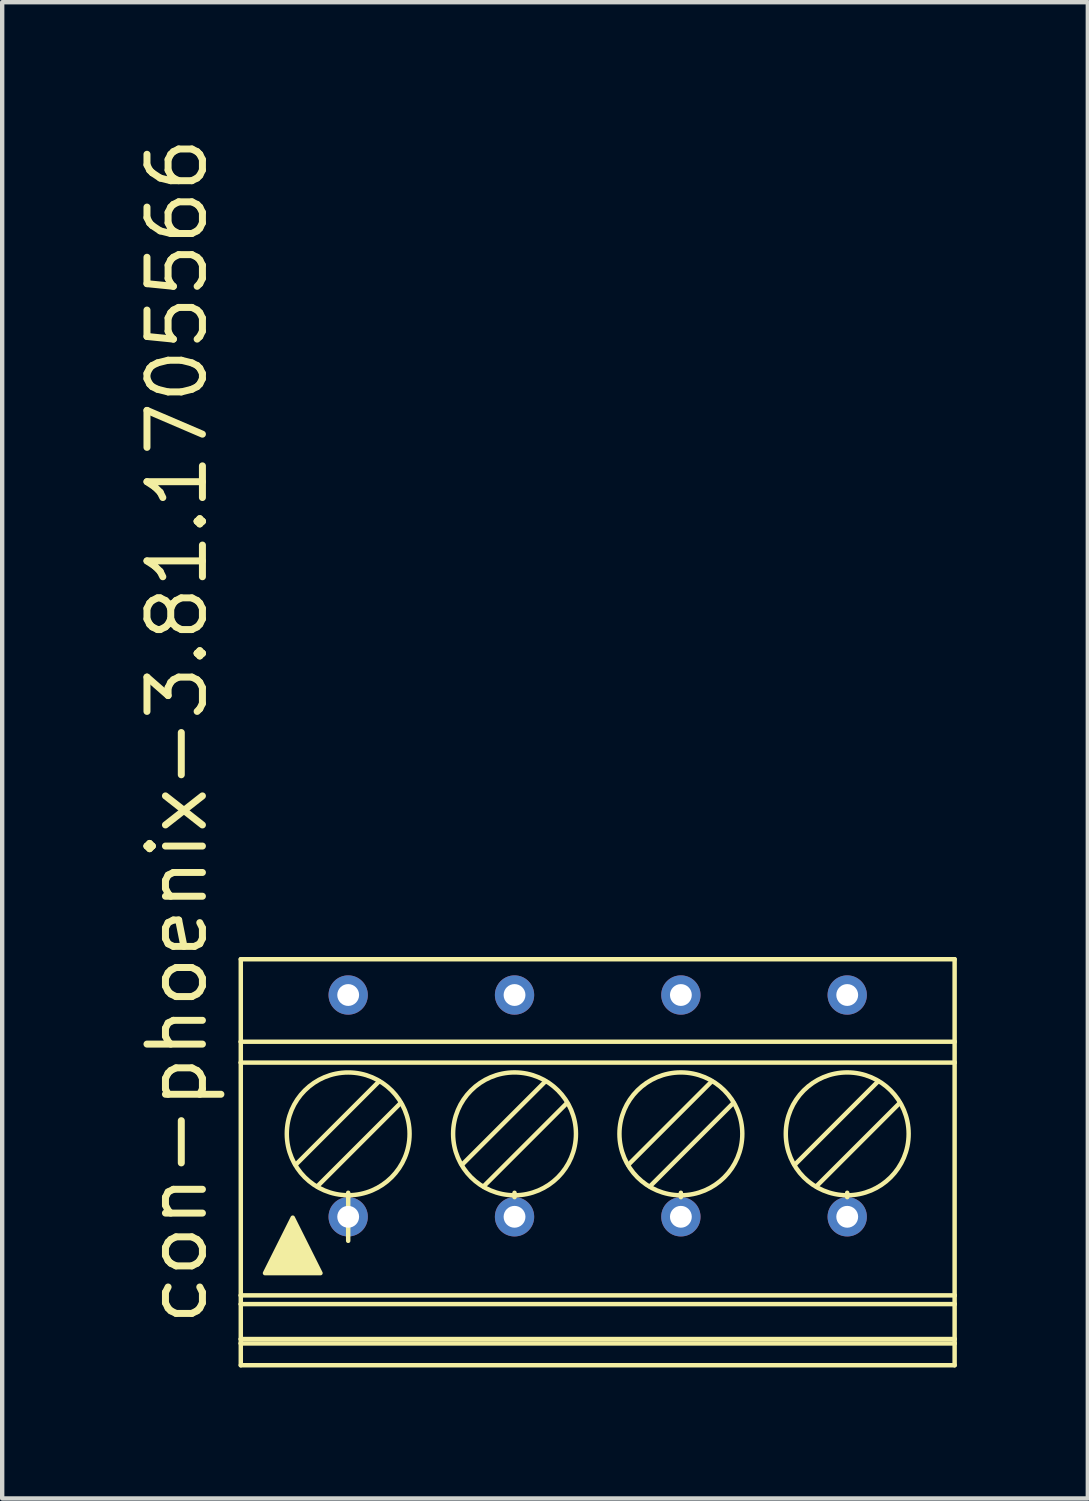
<source format=kicad_pcb>
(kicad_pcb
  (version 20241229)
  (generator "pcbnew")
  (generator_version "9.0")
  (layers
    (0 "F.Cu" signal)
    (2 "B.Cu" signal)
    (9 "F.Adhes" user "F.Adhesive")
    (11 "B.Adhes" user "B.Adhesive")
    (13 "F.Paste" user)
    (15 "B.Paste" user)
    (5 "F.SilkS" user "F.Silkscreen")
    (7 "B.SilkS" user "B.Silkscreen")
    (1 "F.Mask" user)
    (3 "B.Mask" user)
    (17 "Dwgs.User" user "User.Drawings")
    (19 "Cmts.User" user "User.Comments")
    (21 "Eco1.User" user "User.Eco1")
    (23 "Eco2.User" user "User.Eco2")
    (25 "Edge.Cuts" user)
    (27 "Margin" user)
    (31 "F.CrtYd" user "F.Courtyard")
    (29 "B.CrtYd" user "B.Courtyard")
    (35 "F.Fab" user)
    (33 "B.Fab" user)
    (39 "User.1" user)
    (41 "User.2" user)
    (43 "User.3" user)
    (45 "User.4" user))
  (footprint "con-phoenix-3.81.1705566"
    (layer "F.Cu")
    (at 10.64 23.57)
    (property "Reference" "con-phoenix-3.81.1705566" (at -8.89 3.81 90) (layer "F.SilkS") (effects (font (size 1.27 1.27) (thickness 0.16)) (justify left bottom)))
    (attr through_hole)
    (fp_line (start -8.175 -2.76) (end -8.175 -4.65) (stroke (width 0.102) (type default)) (layer "F.SilkS"))
    (fp_line (start -8.175 -2.282) (end -8.175 -2.76) (stroke (width 0.102) (type default)) (layer "F.SilkS"))
    (fp_line (start -8.175 3.05) (end -8.175 -2.282) (stroke (width 0.102) (type default)) (layer "F.SilkS"))
    (fp_line (start -8.175 3.25) (end -8.175 3.05) (stroke (width 0.102) (type default)) (layer "F.SilkS"))
    (fp_line (start -8.175 4.05) (end -8.175 3.25) (stroke (width 0.102) (type default)) (layer "F.SilkS"))
    (fp_line (start -8.175 4.15) (end -8.175 4.05) (stroke (width 0.102) (type default)) (layer "F.SilkS"))
    (fp_line (start -8.175 4.15) (end 8.175 4.15) (stroke (width 0.102) (type default)) (layer "F.SilkS"))
    (fp_line (start -8.175 4.65) (end -8.175 4.15) (stroke (width 0.102) (type default)) (layer "F.SilkS"))
    (fp_line (start -6.426 0.556) (end -4.509 -1.361) (stroke (width 0.102) (type default)) (layer "F.SilkS"))
    (fp_line (start -5.715 0.75) (end -5.715 0.7) (stroke (width 0.102) (type default)) (layer "F.SilkS"))
    (fp_line (start -5.715 0.8) (end -5.715 0.75) (stroke (width 0.102) (type default)) (layer "F.SilkS"))
    (fp_line (start -5.715 0.8) (end -5.715 1.8) (stroke (width 0.102) (type default)) (layer "F.SilkS"))
    (fp_line (start -5.004 -1.856) (end -6.921 0.061) (stroke (width 0.102) (type default)) (layer "F.SilkS"))
    (fp_line (start -2.616 0.556) (end -0.699 -1.361) (stroke (width 0.102) (type default)) (layer "F.SilkS"))
    (fp_line (start -1.905 0.75) (end -1.905 0.7) (stroke (width 0.102) (type default)) (layer "F.SilkS"))
    (fp_line (start -1.905 0.8) (end -1.905 0.75) (stroke (width 0.102) (type default)) (layer "F.SilkS"))
    (fp_line (start -1.194 -1.856) (end -3.111 0.061) (stroke (width 0.102) (type default)) (layer "F.SilkS"))
    (fp_line (start 1.194 0.556) (end 3.111 -1.361) (stroke (width 0.102) (type default)) (layer "F.SilkS"))
    (fp_line (start 1.905 0.75) (end 1.905 0.7) (stroke (width 0.102) (type default)) (layer "F.SilkS"))
    (fp_line (start 1.905 0.8) (end 1.905 0.75) (stroke (width 0.102) (type default)) (layer "F.SilkS"))
    (fp_line (start 2.616 -1.856) (end 0.699 0.061) (stroke (width 0.102) (type default)) (layer "F.SilkS"))
    (fp_line (start 5.004 0.556) (end 6.921 -1.361) (stroke (width 0.102) (type default)) (layer "F.SilkS"))
    (fp_line (start 5.715 0.75) (end 5.715 0.7) (stroke (width 0.102) (type default)) (layer "F.SilkS"))
    (fp_line (start 5.715 0.8) (end 5.715 0.75) (stroke (width 0.102) (type default)) (layer "F.SilkS"))
    (fp_line (start 6.426 -1.856) (end 4.509 0.061) (stroke (width 0.102) (type default)) (layer "F.SilkS"))
    (fp_line (start 8.175 -4.65) (end -8.175 -4.65) (stroke (width 0.102) (type default)) (layer "F.SilkS"))
    (fp_line (start 8.175 -2.76) (end -8.175 -2.76) (stroke (width 0.102) (type default)) (layer "F.SilkS"))
    (fp_line (start 8.175 -2.76) (end 8.175 -4.65) (stroke (width 0.102) (type default)) (layer "F.SilkS"))
    (fp_line (start 8.175 -2.76) (end 8.175 -2.282) (stroke (width 0.102) (type default)) (layer "F.SilkS"))
    (fp_line (start 8.175 -2.282) (end -8.175 -2.282) (stroke (width 0.102) (type default)) (layer "F.SilkS"))
    (fp_line (start 8.175 -2.282) (end 8.175 3.05) (stroke (width 0.102) (type default)) (layer "F.SilkS"))
    (fp_line (start 8.175 3.05) (end -8.175 3.05) (stroke (width 0.102) (type default)) (layer "F.SilkS"))
    (fp_line (start 8.175 3.25) (end -8.175 3.25) (stroke (width 0.102) (type default)) (layer "F.SilkS"))
    (fp_line (start 8.175 3.25) (end 8.175 3.05) (stroke (width 0.102) (type default)) (layer "F.SilkS"))
    (fp_line (start 8.175 4.05) (end -8.175 4.05) (stroke (width 0.102) (type default)) (layer "F.SilkS"))
    (fp_line (start 8.175 4.05) (end 8.175 3.25) (stroke (width 0.102) (type default)) (layer "F.SilkS"))
    (fp_line (start 8.175 4.15) (end 8.175 4.05) (stroke (width 0.102) (type default)) (layer "F.SilkS"))
    (fp_line (start 8.175 4.65) (end -8.175 4.65) (stroke (width 0.102) (type default)) (layer "F.SilkS"))
    (fp_line (start 8.175 4.65) (end 8.175 4.15) (stroke (width 0.102) (type default)) (layer "F.SilkS"))
    (fp_circle (center -5.715 -0.65) (end -4.309 -0.65) (stroke (width 0.102) (type default)) (fill no) (layer "F.SilkS"))
    (fp_circle (center -1.905 -0.65) (end -0.498 -0.65) (stroke (width 0.102) (type default)) (fill no) (layer "F.SilkS"))
    (fp_circle (center 1.905 -0.65) (end 3.312 -0.65) (stroke (width 0.102) (type default)) (fill no) (layer "F.SilkS"))
    (fp_circle (center 5.715 -0.65) (end 7.122 -0.65) (stroke (width 0.102) (type default)) (fill no) (layer "F.SilkS"))
    (fp_poly (pts (xy -6.985 1.27) (xy -6.35 2.54) (xy -7.62 2.54)) (stroke (width 0.102) (type default)) (fill yes) (layer "F.SilkS"))
    (pad "1.1" thru_hole circle (at -5.715 1.25 90) (size 0.9 0.9) (drill 0.5) (layers "*.Cu" "*.Mask"))
    (pad "1.2" thru_hole circle (at -5.715 -3.83 90) (size 0.9 0.9) (drill 0.5) (layers "*.Cu" "*.Mask"))
    (pad "2.1" thru_hole circle (at -1.905 1.25 90) (size 0.9 0.9) (drill 0.5) (layers "*.Cu" "*.Mask"))
    (pad "2.2" thru_hole circle (at -1.905 -3.83 90) (size 0.9 0.9) (drill 0.5) (layers "*.Cu" "*.Mask"))
    (pad "3.1" thru_hole circle (at 1.905 1.25 90) (size 0.9 0.9) (drill 0.5) (layers "*.Cu" "*.Mask"))
    (pad "3.2" thru_hole circle (at 1.905 -3.83 90) (size 0.9 0.9) (drill 0.5) (layers "*.Cu" "*.Mask"))
    (pad "4.1" thru_hole circle (at 5.715 1.25 90) (size 0.9 0.9) (drill 0.5) (layers "*.Cu" "*.Mask"))
    (pad "4.2" thru_hole circle (at 5.715 -3.83 90) (size 0.9 0.9) (drill 0.5) (layers "*.Cu" "*.Mask")))
  (gr_rect
    (start -3 -3)
    (end 21.866 31.271)
    (stroke (width 0.1) (type default))
    (fill no)
    (layer "Edge.Cuts")))
</source>
